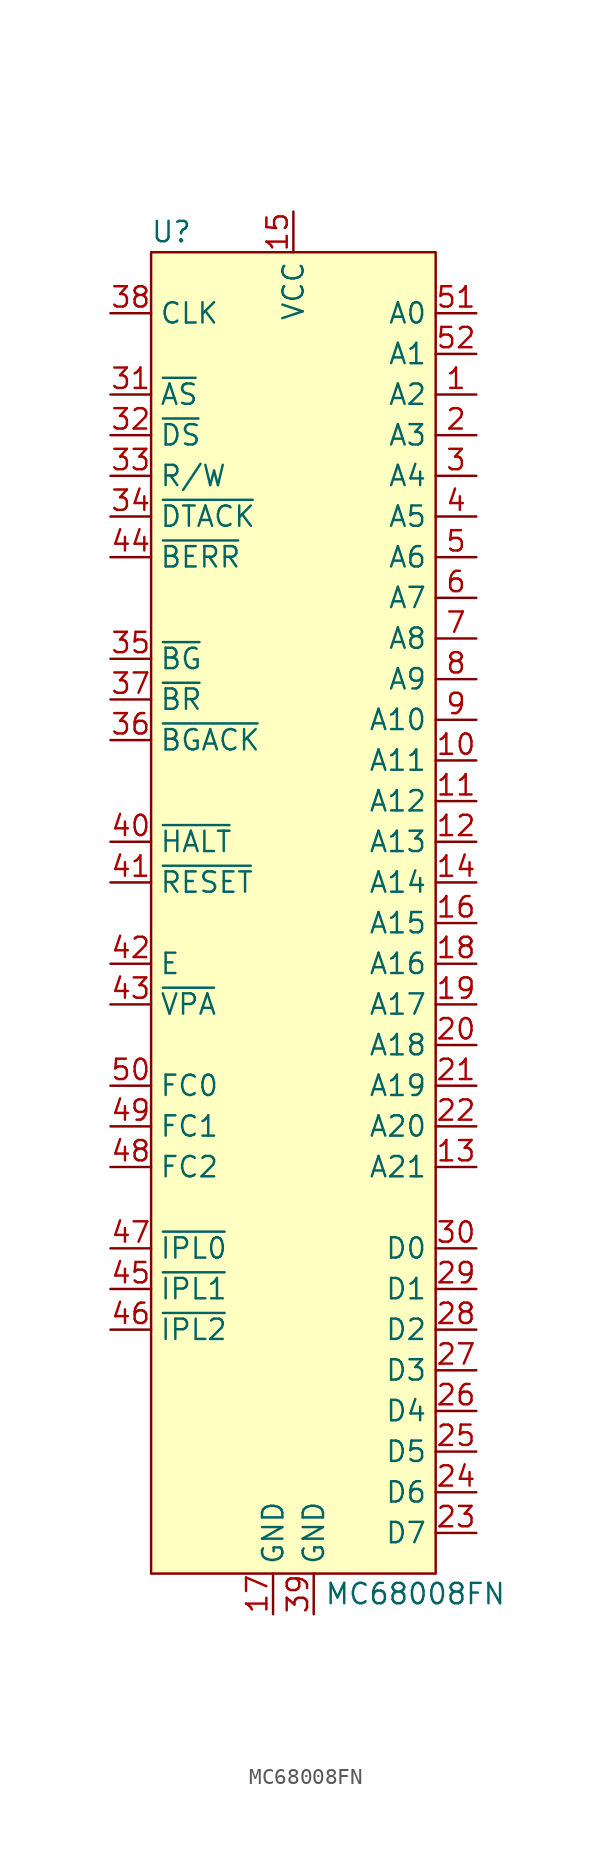
<source format=kicad_sym>
(kicad_symbol_lib
  (version 20211014)
  (generator kicad_symbol_editor)
  (symbol "MC68008FN"
    (property "Reference" "U"
      (at -7.62 41.91 0)
      (effects (font (size 1.27 1.27))))
    (property "Value" "MC68008FN"
      (at 7.62 -43.18 0)
      (effects (font (size 1.27 1.27))))
    (symbol "MC68008FN_0_1"
      (rectangle (start -8.89 40.64) (end 8.89 -41.91) (stroke (width 0) (type default) (color 0 0 0 0)) (fill (type background))))
    (symbol "MC68008FN_1_1"
      (pin output line (at 11.43 31.75 180) (length 2.54) (name "A2" (effects (font (size 1.27 1.27)))) (number "1" (effects (font (size 1.27 1.27)))))
      (pin output line (at 11.43 8.89 180) (length 2.54) (name "A11" (effects (font (size 1.27 1.27)))) (number "10" (effects (font (size 1.27 1.27)))))
      (pin output line (at 11.43 6.35 180) (length 2.54) (name "A12" (effects (font (size 1.27 1.27)))) (number "11" (effects (font (size 1.27 1.27)))))
      (pin output line (at 11.43 3.81 180) (length 2.54) (name "A13" (effects (font (size 1.27 1.27)))) (number "12" (effects (font (size 1.27 1.27)))))
      (pin output line (at 11.43 -16.51 180) (length 2.54) (name "A21" (effects (font (size 1.27 1.27)))) (number "13" (effects (font (size 1.27 1.27)))))
      (pin output line (at 11.43 1.27 180) (length 2.54) (name "A14" (effects (font (size 1.27 1.27)))) (number "14" (effects (font (size 1.27 1.27)))))
      (pin power_in line (at 0 43.18 270) (length 2.54) (name "VCC" (effects (font (size 1.27 1.27)))) (number "15" (effects (font (size 1.27 1.27)))))
      (pin output line (at 11.43 -1.27 180) (length 2.54) (name "A15" (effects (font (size 1.27 1.27)))) (number "16" (effects (font (size 1.27 1.27)))))
      (pin power_in line (at -1.27 -44.45 90) (length 2.54) (name "GND" (effects (font (size 1.27 1.27)))) (number "17" (effects (font (size 1.27 1.27)))))
      (pin output line (at 11.43 -3.81 180) (length 2.54) (name "A16" (effects (font (size 1.27 1.27)))) (number "18" (effects (font (size 1.27 1.27)))))
      (pin output line (at 11.43 -6.35 180) (length 2.54) (name "A17" (effects (font (size 1.27 1.27)))) (number "19" (effects (font (size 1.27 1.27)))))
      (pin output line (at 11.43 29.21 180) (length 2.54) (name "A3" (effects (font (size 1.27 1.27)))) (number "2" (effects (font (size 1.27 1.27)))))
      (pin output line (at 11.43 -8.89 180) (length 2.54) (name "A18" (effects (font (size 1.27 1.27)))) (number "20" (effects (font (size 1.27 1.27)))))
      (pin output line (at 11.43 -11.43 180) (length 2.54) (name "A19" (effects (font (size 1.27 1.27)))) (number "21" (effects (font (size 1.27 1.27)))))
      (pin output line (at 11.43 -13.97 180) (length 2.54) (name "A20" (effects (font (size 1.27 1.27)))) (number "22" (effects (font (size 1.27 1.27)))))
      (pin bidirectional line (at 11.43 -39.37 180) (length 2.54) (name "D7" (effects (font (size 1.27 1.27)))) (number "23" (effects (font (size 1.27 1.27)))))
      (pin bidirectional line (at 11.43 -36.83 180) (length 2.54) (name "D6" (effects (font (size 1.27 1.27)))) (number "24" (effects (font (size 1.27 1.27)))))
      (pin bidirectional line (at 11.43 -34.29 180) (length 2.54) (name "D5" (effects (font (size 1.27 1.27)))) (number "25" (effects (font (size 1.27 1.27)))))
      (pin bidirectional line (at 11.43 -31.75 180) (length 2.54) (name "D4" (effects (font (size 1.27 1.27)))) (number "26" (effects (font (size 1.27 1.27)))))
      (pin bidirectional line (at 11.43 -29.21 180) (length 2.54) (name "D3" (effects (font (size 1.27 1.27)))) (number "27" (effects (font (size 1.27 1.27)))))
      (pin bidirectional line (at 11.43 -26.67 180) (length 2.54) (name "D2" (effects (font (size 1.27 1.27)))) (number "28" (effects (font (size 1.27 1.27)))))
      (pin bidirectional line (at 11.43 -24.13 180) (length 2.54) (name "D1" (effects (font (size 1.27 1.27)))) (number "29" (effects (font (size 1.27 1.27)))))
      (pin output line (at 11.43 26.67 180) (length 2.54) (name "A4" (effects (font (size 1.27 1.27)))) (number "3" (effects (font (size 1.27 1.27)))))
      (pin bidirectional line (at 11.43 -21.59 180) (length 2.54) (name "D0" (effects (font (size 1.27 1.27)))) (number "30" (effects (font (size 1.27 1.27)))))
      (pin output line (at -11.43 31.75 0) (length 2.54) (name "~{AS}" (effects (font (size 1.27 1.27)))) (number "31" (effects (font (size 1.27 1.27)))))
      (pin output line (at -11.43 29.21 0) (length 2.54) (name "~{DS}" (effects (font (size 1.27 1.27)))) (number "32" (effects (font (size 1.27 1.27)))))
      (pin output line (at -11.43 26.67 0) (length 2.54) (name "R/W" (effects (font (size 1.27 1.27)))) (number "33" (effects (font (size 1.27 1.27)))))
      (pin input line (at -11.43 24.13 0) (length 2.54) (name "~{DTACK}" (effects (font (size 1.27 1.27)))) (number "34" (effects (font (size 1.27 1.27)))))
      (pin output line (at -11.43 15.24 0) (length 2.54) (name "~{BG}" (effects (font (size 1.27 1.27)))) (number "35" (effects (font (size 1.27 1.27)))))
      (pin output line (at -11.43 10.16 0) (length 2.54) (name "~{BGACK}" (effects (font (size 1.27 1.27)))) (number "36" (effects (font (size 1.27 1.27)))))
      (pin input line (at -11.43 12.7 0) (length 2.54) (name "~{BR}" (effects (font (size 1.27 1.27)))) (number "37" (effects (font (size 1.27 1.27)))))
      (pin input line (at -11.43 36.83 0) (length 2.54) (name "CLK" (effects (font (size 1.27 1.27)))) (number "38" (effects (font (size 1.27 1.27)))))
      (pin power_in line (at 1.27 -44.45 90) (length 2.54) (name "GND" (effects (font (size 1.27 1.27)))) (number "39" (effects (font (size 1.27 1.27)))))
      (pin output line (at 11.43 24.13 180) (length 2.54) (name "A5" (effects (font (size 1.27 1.27)))) (number "4" (effects (font (size 1.27 1.27)))))
      (pin bidirectional line (at -11.43 3.81 0) (length 2.54) (name "~{HALT}" (effects (font (size 1.27 1.27)))) (number "40" (effects (font (size 1.27 1.27)))))
      (pin input line (at -11.43 1.27 0) (length 2.54) (name "~{RESET}" (effects (font (size 1.27 1.27)))) (number "41" (effects (font (size 1.27 1.27)))))
      (pin output line (at -11.43 -3.81 0) (length 2.54) (name "E" (effects (font (size 1.27 1.27)))) (number "42" (effects (font (size 1.27 1.27)))))
      (pin output line (at -11.43 -6.35 0) (length 2.54) (name "~{VPA}" (effects (font (size 1.27 1.27)))) (number "43" (effects (font (size 1.27 1.27)))))
      (pin input line (at -11.43 21.59 0) (length 2.54) (name "~{BERR}" (effects (font (size 1.27 1.27)))) (number "44" (effects (font (size 1.27 1.27)))))
      (pin input line (at -11.43 -24.13 0) (length 2.54) (name "~{IPL1}" (effects (font (size 1.27 1.27)))) (number "45" (effects (font (size 1.27 1.27)))))
      (pin input line (at -11.43 -26.67 0) (length 2.54) (name "~{IPL2}" (effects (font (size 1.27 1.27)))) (number "46" (effects (font (size 1.27 1.27)))))
      (pin input line (at -11.43 -21.59 0) (length 2.54) (name "~{IPL0}" (effects (font (size 1.27 1.27)))) (number "47" (effects (font (size 1.27 1.27)))))
      (pin output line (at -11.43 -16.51 0) (length 2.54) (name "FC2" (effects (font (size 1.27 1.27)))) (number "48" (effects (font (size 1.27 1.27)))))
      (pin output line (at -11.43 -13.97 0) (length 2.54) (name "FC1" (effects (font (size 1.27 1.27)))) (number "49" (effects (font (size 1.27 1.27)))))
      (pin output line (at 11.43 21.59 180) (length 2.54) (name "A6" (effects (font (size 1.27 1.27)))) (number "5" (effects (font (size 1.27 1.27)))))
      (pin output line (at -11.43 -11.43 0) (length 2.54) (name "FC0" (effects (font (size 1.27 1.27)))) (number "50" (effects (font (size 1.27 1.27)))))
      (pin output line (at 11.43 36.83 180) (length 2.54) (name "A0" (effects (font (size 1.27 1.27)))) (number "51" (effects (font (size 1.27 1.27)))))
      (pin output line (at 11.43 34.29 180) (length 2.54) (name "A1" (effects (font (size 1.27 1.27)))) (number "52" (effects (font (size 1.27 1.27)))))
      (pin output line (at 11.43 19.05 180) (length 2.54) (name "A7" (effects (font (size 1.27 1.27)))) (number "6" (effects (font (size 1.27 1.27)))))
      (pin output line (at 11.43 16.51 180) (length 2.54) (name "A8" (effects (font (size 1.27 1.27)))) (number "7" (effects (font (size 1.27 1.27)))))
      (pin output line (at 11.43 13.97 180) (length 2.54) (name "A9" (effects (font (size 1.27 1.27)))) (number "8" (effects (font (size 1.27 1.27)))))
      (pin output line (at 11.43 11.43 180) (length 2.54) (name "A10" (effects (font (size 1.27 1.27)))) (number "9" (effects (font (size 1.27 1.27))))))))
</source>
